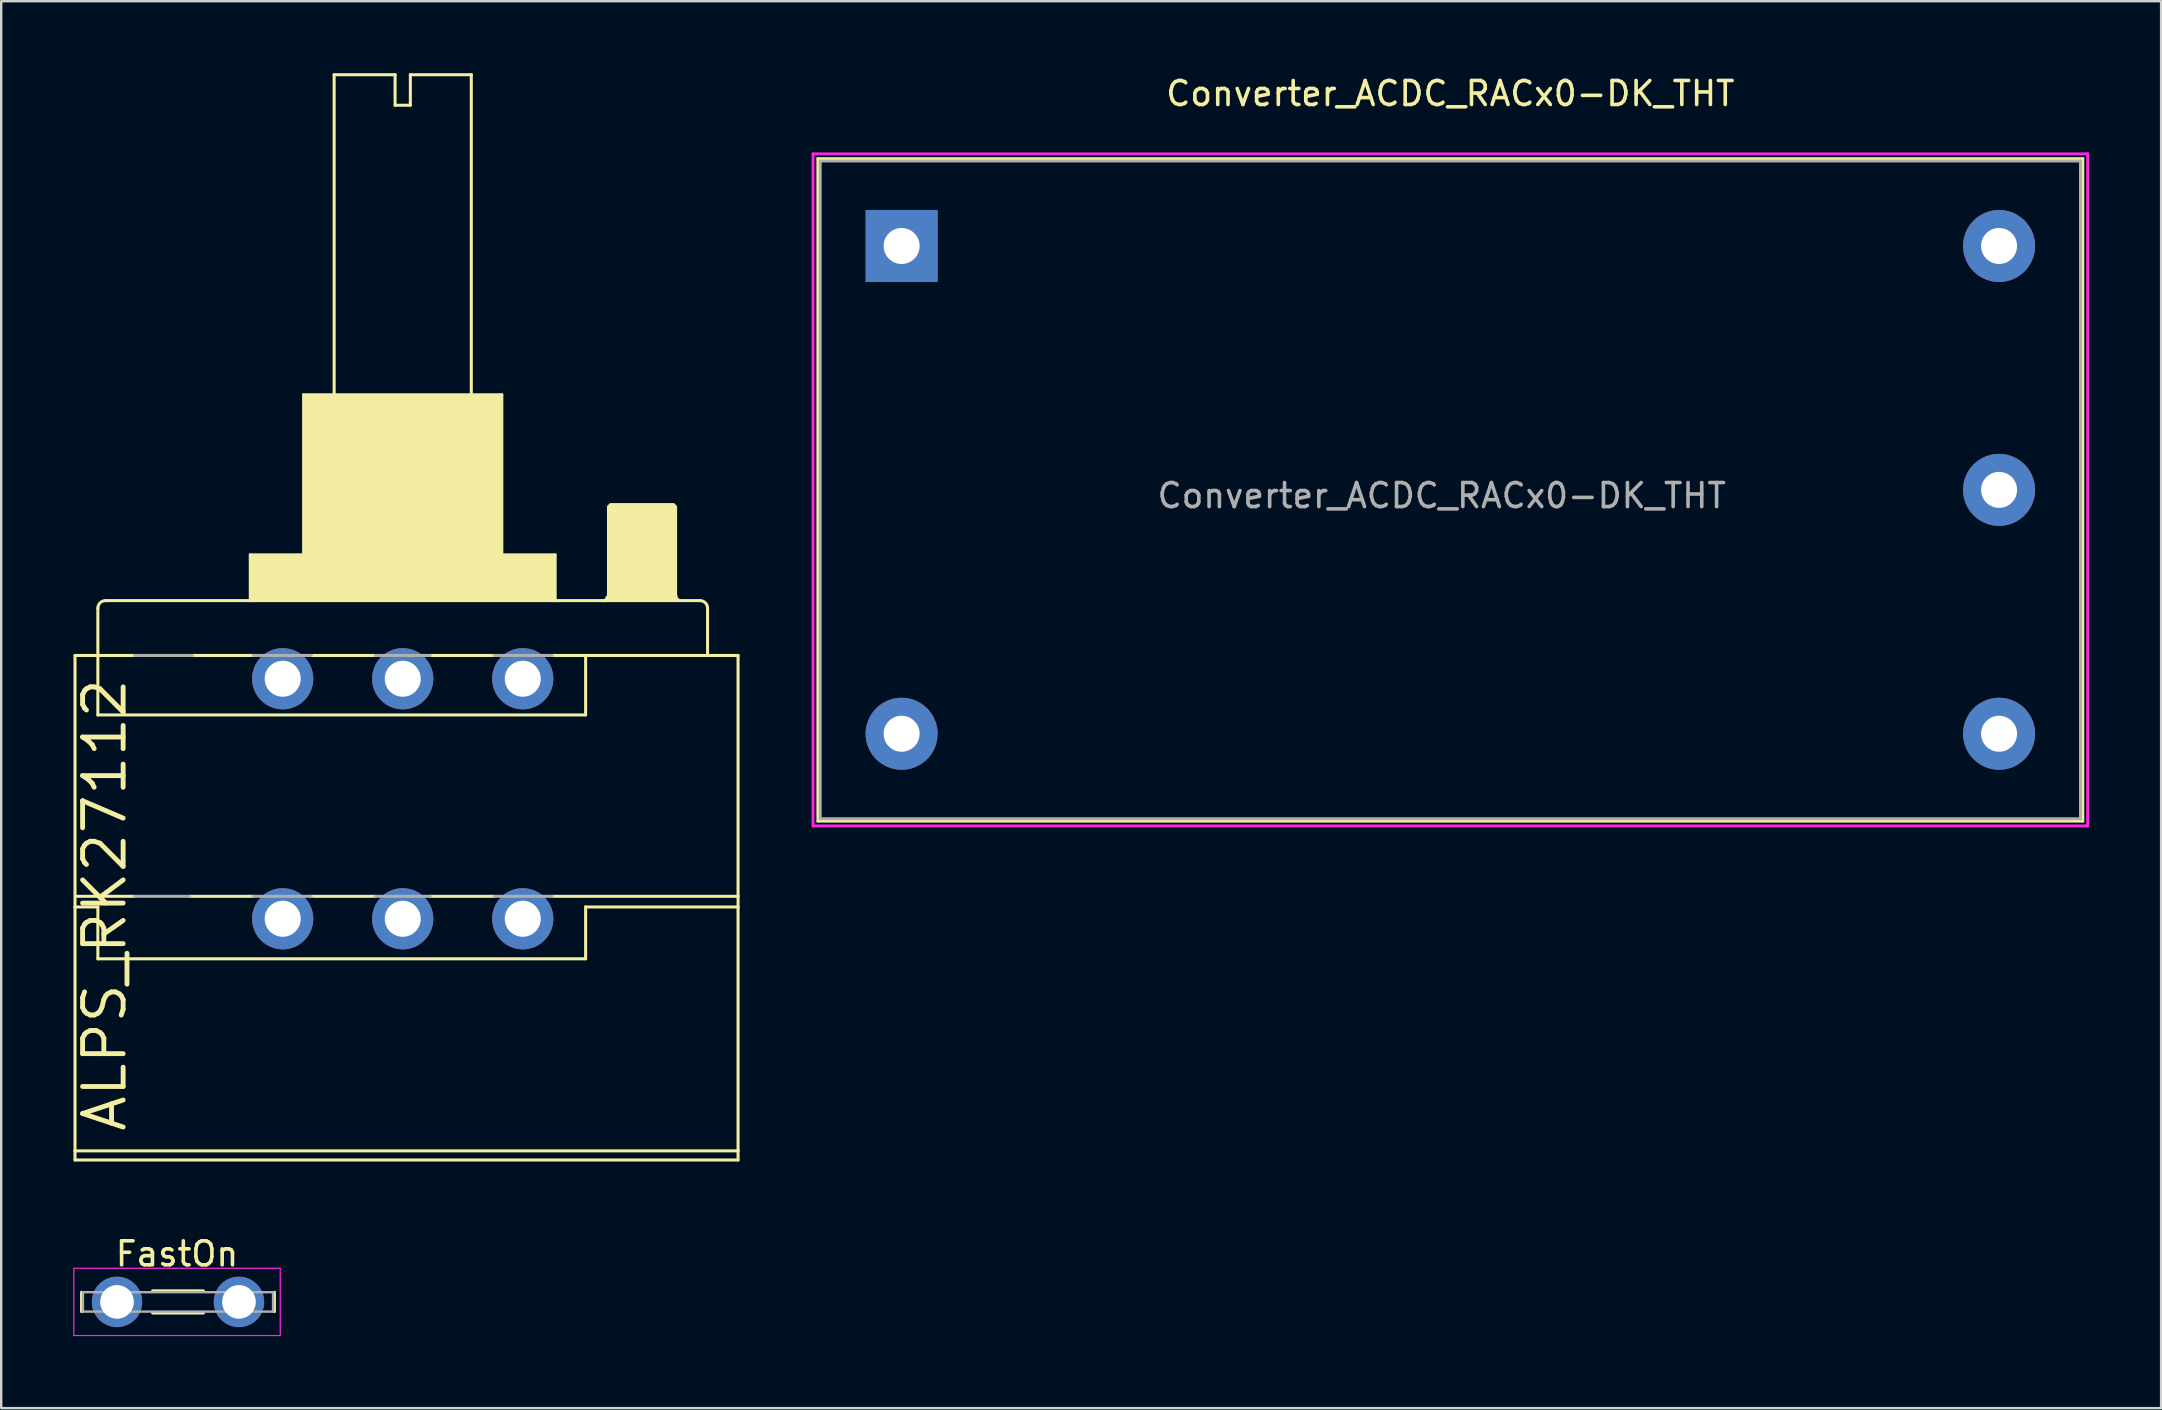
<source format=kicad_pcb>
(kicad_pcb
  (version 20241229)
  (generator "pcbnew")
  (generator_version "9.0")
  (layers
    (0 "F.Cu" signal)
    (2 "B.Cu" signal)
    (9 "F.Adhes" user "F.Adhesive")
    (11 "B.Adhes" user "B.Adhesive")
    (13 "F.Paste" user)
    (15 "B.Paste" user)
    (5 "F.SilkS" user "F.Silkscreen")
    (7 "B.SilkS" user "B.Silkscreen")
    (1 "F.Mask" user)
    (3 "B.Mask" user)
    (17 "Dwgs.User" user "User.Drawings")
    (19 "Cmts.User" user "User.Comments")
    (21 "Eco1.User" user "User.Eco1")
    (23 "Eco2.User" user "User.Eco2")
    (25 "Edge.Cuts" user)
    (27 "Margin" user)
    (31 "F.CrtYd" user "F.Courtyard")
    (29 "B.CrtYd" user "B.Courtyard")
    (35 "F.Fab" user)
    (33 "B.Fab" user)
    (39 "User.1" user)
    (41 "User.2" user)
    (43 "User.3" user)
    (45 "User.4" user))
  (footprint "FastOn"
    (layer "F.Cu")
    (at 1.825 51.187)
    (property "Reference" "FastOn" (at 2.5 -2 0) (layer "F.SilkS") (effects (font (size 1 1) (thickness 0.15))))
    (attr through_hole)
    (fp_line (start -1.48 -0.405) (end -1.48 0.405) (stroke (width 0.12) (type solid)) (layer "F.SilkS"))
    (fp_line (start 1.48 0.465) (end 3.6 0.465) (stroke (width 0.12) (type solid)) (layer "F.SilkS"))
    (fp_line (start 3.6 -0.465) (end 1.48 -0.465) (stroke (width 0.12) (type solid)) (layer "F.SilkS"))
    (fp_line (start 6.56 -0.405) (end 6.56 0.405) (stroke (width 0.12) (type solid)) (layer "F.SilkS"))
    (fp_line (start -1.8 -1.4) (end -1.8 1.4) (stroke (width 0.05) (type solid)) (layer "F.CrtYd"))
    (fp_line (start -1.8 -1.4) (end 6.8 -1.4) (stroke (width 0.05) (type solid)) (layer "F.CrtYd"))
    (fp_line (start -1.8 1.4) (end 6.8 1.4) (stroke (width 0.05) (type solid)) (layer "F.CrtYd"))
    (fp_line (start 6.8 -1.4) (end 6.8 1.4) (stroke (width 0.05) (type solid)) (layer "F.CrtYd"))
    (fp_line (start -1.42 -0.405) (end 6.5 -0.405) (stroke (width 0.1) (type solid)) (layer "F.Fab"))
    (fp_line (start -1.42 0.405) (end -1.42 -0.405) (stroke (width 0.1) (type solid)) (layer "F.Fab"))
    (fp_line (start 6.5 -0.405) (end 6.5 0.405) (stroke (width 0.1) (type solid)) (layer "F.Fab"))
    (fp_line (start 6.5 0.405) (end -1.42 0.405) (stroke (width 0.1) (type solid)) (layer "F.Fab"))
    (pad "1" thru_hole circle (at 0 0) (size 2.1 2.1) (drill 1.4) (layers "*.Cu" "*.Mask"))
    (pad "1" thru_hole circle (at 5.08 0) (size 2.1 2.1) (drill 1.4) (layers "*.Cu" "*.Mask")))
  (footprint "ALPS_RK27112"
    (layer "F.Cu")
    (at 13.727 30.226)
    (property "Reference" "ALPS_RK27112" (at -11.43 13.97 270) (layer "F.SilkS") (effects (font (size 1.689 1.689) (thickness 0.203)) (justify left bottom)))
    (attr through_hole)
    (fp_line (start -13.652 -5.969) (end -12.7 -5.969) (stroke (width 0.127) (type solid)) (layer "F.SilkS"))
    (fp_line (start -13.652 4.508) (end -13.652 -5.969) (stroke (width 0.127) (type solid)) (layer "F.SilkS"))
    (fp_line (start -13.652 14.668) (end -13.652 4.508) (stroke (width 0.127) (type solid)) (layer "F.SilkS"))
    (fp_line (start -13.652 14.668) (end 13.97 14.668) (stroke (width 0.127) (type solid)) (layer "F.SilkS"))
    (fp_line (start -13.652 15.05) (end -13.652 14.668) (stroke (width 0.127) (type solid)) (layer "F.SilkS"))
    (fp_line (start -13.589 4.064) (end -11.176 4.064) (stroke (width 0.127) (type solid)) (layer "F.SilkS"))
    (fp_line (start -12.7 -5.969) (end -12.7 -7.938) (stroke (width 0.127) (type solid)) (layer "F.SilkS"))
    (fp_line (start -12.7 -3.493) (end -12.7 -5.969) (stroke (width 0.127) (type solid)) (layer "F.SilkS"))
    (fp_line (start -12.7 4.508) (end -13.652 4.508) (stroke (width 0.127) (type solid)) (layer "F.SilkS"))
    (fp_line (start -12.7 4.508) (end -12.7 6.668) (stroke (width 0.127) (type solid)) (layer "F.SilkS"))
    (fp_line (start -12.7 6.668) (end 7.62 6.668) (stroke (width 0.127) (type solid)) (layer "F.SilkS"))
    (fp_line (start -12.383 -8.255) (end -6.35 -8.255) (stroke (width 0.127) (type solid)) (layer "F.SilkS"))
    (fp_line (start -11.176 -5.969) (end -12.7 -5.969) (stroke (width 0.127) (type solid)) (layer "F.SilkS"))
    (fp_line (start -8.89 4.064) (end -6.223 4.064) (stroke (width 0.127) (type solid)) (layer "F.SilkS"))
    (fp_line (start -6.35 -10.16) (end -4.128 -10.16) (stroke (width 0.127) (type solid)) (layer "F.SilkS"))
    (fp_line (start -6.35 -8.255) (end -6.35 -10.16) (stroke (width 0.127) (type solid)) (layer "F.SilkS"))
    (fp_line (start -6.35 -8.255) (end 6.35 -8.255) (stroke (width 0.127) (type solid)) (layer "F.SilkS"))
    (fp_line (start -6.223 -5.969) (end -8.763 -5.969) (stroke (width 0.127) (type solid)) (layer "F.SilkS"))
    (fp_line (start -4.128 -16.828) (end -2.857 -16.828) (stroke (width 0.127) (type solid)) (layer "F.SilkS"))
    (fp_line (start -4.128 -10.16) (end -4.128 -16.828) (stroke (width 0.127) (type solid)) (layer "F.SilkS"))
    (fp_line (start -4.128 -10.16) (end 4.128 -10.16) (stroke (width 0.127) (type solid)) (layer "F.SilkS"))
    (fp_line (start -3.81 4.064) (end -1.143 4.064) (stroke (width 0.127) (type solid)) (layer "F.SilkS"))
    (fp_line (start -2.857 -30.163) (end -0.318 -30.163) (stroke (width 0.127) (type solid)) (layer "F.SilkS"))
    (fp_line (start -2.857 -16.828) (end -2.857 -30.163) (stroke (width 0.127) (type solid)) (layer "F.SilkS"))
    (fp_line (start -2.857 -16.828) (end 2.857 -16.828) (stroke (width 0.127) (type solid)) (layer "F.SilkS"))
    (fp_line (start -1.143 -5.969) (end -3.81 -5.969) (stroke (width 0.127) (type solid)) (layer "F.SilkS"))
    (fp_line (start -0.318 -30.163) (end -0.318 -28.892) (stroke (width 0.127) (type solid)) (layer "F.SilkS"))
    (fp_line (start -0.318 -28.892) (end 0.318 -28.892) (stroke (width 0.127) (type solid)) (layer "F.SilkS"))
    (fp_line (start 0.318 -30.163) (end 2.857 -30.163) (stroke (width 0.127) (type solid)) (layer "F.SilkS"))
    (fp_line (start 0.318 -28.892) (end 0.318 -30.163) (stroke (width 0.127) (type solid)) (layer "F.SilkS"))
    (fp_line (start 1.143 4.064) (end 3.81 4.064) (stroke (width 0.127) (type solid)) (layer "F.SilkS"))
    (fp_line (start 2.857 -30.163) (end 2.857 -16.828) (stroke (width 0.127) (type solid)) (layer "F.SilkS"))
    (fp_line (start 2.857 -16.828) (end 4.128 -16.828) (stroke (width 0.127) (type solid)) (layer "F.SilkS"))
    (fp_line (start 3.81 -5.969) (end 1.143 -5.969) (stroke (width 0.127) (type solid)) (layer "F.SilkS"))
    (fp_line (start 4.128 -16.828) (end 4.128 -10.16) (stroke (width 0.127) (type solid)) (layer "F.SilkS"))
    (fp_line (start 4.128 -10.16) (end 6.35 -10.16) (stroke (width 0.127) (type solid)) (layer "F.SilkS"))
    (fp_line (start 6.223 4.064) (end 13.97 4.064) (stroke (width 0.127) (type solid)) (layer "F.SilkS"))
    (fp_line (start 6.35 -10.16) (end 6.35 -8.255) (stroke (width 0.127) (type solid)) (layer "F.SilkS"))
    (fp_line (start 6.35 -8.255) (end 8.382 -8.255) (stroke (width 0.127) (type solid)) (layer "F.SilkS"))
    (fp_line (start 7.62 -5.969) (end 6.223 -5.969) (stroke (width 0.127) (type solid)) (layer "F.SilkS"))
    (fp_line (start 7.62 -5.969) (end 7.62 -3.493) (stroke (width 0.127) (type solid)) (layer "F.SilkS"))
    (fp_line (start 7.62 -5.969) (end 12.7 -5.969) (stroke (width 0.127) (type solid)) (layer "F.SilkS"))
    (fp_line (start 7.62 -3.493) (end -12.7 -3.493) (stroke (width 0.127) (type solid)) (layer "F.SilkS"))
    (fp_line (start 7.62 4.508) (end 13.97 4.508) (stroke (width 0.127) (type solid)) (layer "F.SilkS"))
    (fp_line (start 7.62 6.668) (end 7.62 4.508) (stroke (width 0.127) (type solid)) (layer "F.SilkS"))
    (fp_line (start 8.382 -8.255) (end 12.383 -8.255) (stroke (width 0.127) (type solid)) (layer "F.SilkS"))
    (fp_line (start 12.7 -7.938) (end 12.7 -5.969) (stroke (width 0.127) (type solid)) (layer "F.SilkS"))
    (fp_line (start 12.7 -5.969) (end 13.97 -5.969) (stroke (width 0.127) (type solid)) (layer "F.SilkS"))
    (fp_line (start 13.97 -5.969) (end 13.97 4.064) (stroke (width 0.127) (type solid)) (layer "F.SilkS"))
    (fp_line (start 13.97 4.064) (end 13.97 4.508) (stroke (width 0.127) (type solid)) (layer "F.SilkS"))
    (fp_line (start 13.97 4.508) (end 13.97 14.668) (stroke (width 0.127) (type solid)) (layer "F.SilkS"))
    (fp_line (start 13.97 14.668) (end 13.97 15.05) (stroke (width 0.127) (type solid)) (layer "F.SilkS"))
    (fp_line (start 13.97 15.05) (end -13.652 15.05) (stroke (width 0.127) (type solid)) (layer "F.SilkS"))
    (fp_arc (start -12.7 -7.9375) (mid -12.607006 -8.162006) (end -12.3825 -8.255) (stroke (width 0.127) (type solid)) (layer "F.SilkS"))
    (fp_arc (start 8.509 -8.382) (mid 8.471803 -8.292197) (end 8.382 -8.255) (stroke (width 0.127) (type solid)) (layer "F.SilkS"))
    (fp_arc (start 12.3825 -8.255) (mid 12.607006 -8.162006) (end 12.7 -7.9375) (stroke (width 0.127) (type solid)) (layer "F.SilkS"))
    (fp_poly (pts (xy -6.35 -8.255) (xy 6.35 -8.255) (xy 6.35 -10.16) (xy -6.35 -10.16)) (stroke (width 0) (type solid)) (fill yes) (layer "F.SilkS"))
    (fp_poly (pts (xy -4.128 -10.16) (xy 4.128 -10.16) (xy 4.128 -16.828) (xy -4.128 -16.828)) (stroke (width 0) (type solid)) (fill yes) (layer "F.SilkS"))
    (fp_poly (pts (xy 8.255 -8.255) (xy 8.382 -8.289) (xy 8.475 -8.382) (xy 8.509 -8.509) (xy 8.509 -12.192) (xy 8.636 -12.319) (xy 11.303 -12.319) (xy 11.43 -12.192) (xy 11.43 -8.509) (xy 11.464 -8.382) (xy 11.557 -8.289) (xy 11.684 -8.255)) (stroke (width 0) (type solid)) (fill yes) (layer "F.SilkS"))
    (fp_line (start -11.176 -5.969) (end -8.763 -5.969) (stroke (width 0.127) (type solid)) (layer "F.Fab"))
    (fp_line (start -11.176 4.064) (end -8.89 4.064) (stroke (width 0.127) (type solid)) (layer "F.Fab"))
    (fp_line (start -6.223 -5.969) (end -3.81 -5.969) (stroke (width 0.127) (type solid)) (layer "F.Fab"))
    (fp_line (start -6.223 4.064) (end -3.81 4.064) (stroke (width 0.127) (type solid)) (layer "F.Fab"))
    (fp_line (start -1.143 -5.969) (end 1.143 -5.969) (stroke (width 0.127) (type solid)) (layer "F.Fab"))
    (fp_line (start -1.143 4.064) (end 1.143 4.064) (stroke (width 0.127) (type solid)) (layer "F.Fab"))
    (fp_line (start 3.81 -5.969) (end 6.223 -5.969) (stroke (width 0.127) (type solid)) (layer "F.Fab"))
    (fp_line (start 3.81 4.064) (end 6.223 4.064) (stroke (width 0.127) (type solid)) (layer "F.Fab"))
    (pad "1" thru_hole circle (at 5 -5) (size 2.55 2.55) (drill 1.5) (layers "*.Cu" "*.Mask"))
    (pad "2" thru_hole circle (at 0 -5) (size 2.55 2.55) (drill 1.5) (layers "*.Cu" "*.Mask"))
    (pad "3" thru_hole circle (at -5 -5) (size 2.55 2.55) (drill 1.5) (layers "*.Cu" "*.Mask"))
    (pad "4" thru_hole circle (at 5 5) (size 2.55 2.55) (drill 1.5) (layers "*.Cu" "*.Mask"))
    (pad "5" thru_hole circle (at 0 5) (size 2.55 2.55) (drill 1.5) (layers "*.Cu" "*.Mask" "Eco2.User"))
    (pad "6" thru_hole circle (at -5 5) (size 2.55 2.55) (drill 1.5) (layers "*.Cu" "*.Mask")))
  (footprint "Converter_ACDC_RACx0-DK_THT"
    (layer "F.Cu")
    (at 57.371 17.358)
    (property "Reference" "Converter_ACDC_RACx0-DK_THT" (at 0 -16.51 0) (layer "F.SilkS") (effects (font (size 1 1) (thickness 0.15))))
    (attr through_hole)
    (fp_line (start -26.35 -13.8) (end -26.35 13.8) (stroke (width 0.12) (type solid)) (layer "F.SilkS"))
    (fp_line (start -26.35 -13.8) (end 26.35 -13.8) (stroke (width 0.12) (type solid)) (layer "F.SilkS"))
    (fp_line (start 26.35 13.8) (end -26.35 13.8) (stroke (width 0.12) (type solid)) (layer "F.SilkS"))
    (fp_line (start 26.35 13.8) (end 26.35 -13.8) (stroke (width 0.12) (type solid)) (layer "F.SilkS"))
    (fp_line (start -26.55 -14) (end -26.55 14) (stroke (width 0.12) (type solid)) (layer "F.CrtYd"))
    (fp_line (start -26.55 -14) (end 26.55 -14) (stroke (width 0.12) (type solid)) (layer "F.CrtYd"))
    (fp_line (start 26.55 14) (end -26.55 14) (stroke (width 0.12) (type solid)) (layer "F.CrtYd"))
    (fp_line (start 26.55 14) (end 26.55 -14) (stroke (width 0.12) (type solid)) (layer "F.CrtYd"))
    (fp_line (start -26.25 -13.7) (end -26.25 13.7) (stroke (width 0.12) (type solid)) (layer "F.Fab"))
    (fp_line (start -26.25 -13.7) (end 26.25 -13.7) (stroke (width 0.12) (type solid)) (layer "F.Fab"))
    (fp_line (start 26.25 13.7) (end -26.25 13.7) (stroke (width 0.12) (type solid)) (layer "F.Fab"))
    (fp_line (start 26.25 13.7) (end 26.25 -13.7) (stroke (width 0.12) (type solid)) (layer "F.Fab"))
    (fp_text user "${REFERENCE}" (at -0.36 0.24 0) (layer "F.Fab") (effects (font (size 1 1) (thickness 0.15))))
    (pad "1" thru_hole rect (at -22.86 -10.16) (size 3 3) (drill 1.5) (layers "*.Cu" "*.Mask"))
    (pad "2" thru_hole circle (at -22.86 10.16) (size 3 3) (drill 1.5) (layers "*.Cu" "*.Mask"))
    (pad "3" thru_hole circle (at 22.86 10.16) (size 3 3) (drill 1.5) (layers "*.Cu" "*.Mask"))
    (pad "4" thru_hole circle (at 22.86 0) (size 3 3) (drill 1.5) (layers "*.Cu" "*.Mask"))
    (pad "5" thru_hole circle (at 22.86 -10.16) (size 3 3) (drill 1.5) (layers "*.Cu" "*.Mask")))
  (gr_rect
    (start -3 -3)
    (end 86.981 55.612)
    (stroke (width 0.1) (type default))
    (fill no)
    (layer "Edge.Cuts")))
</source>
